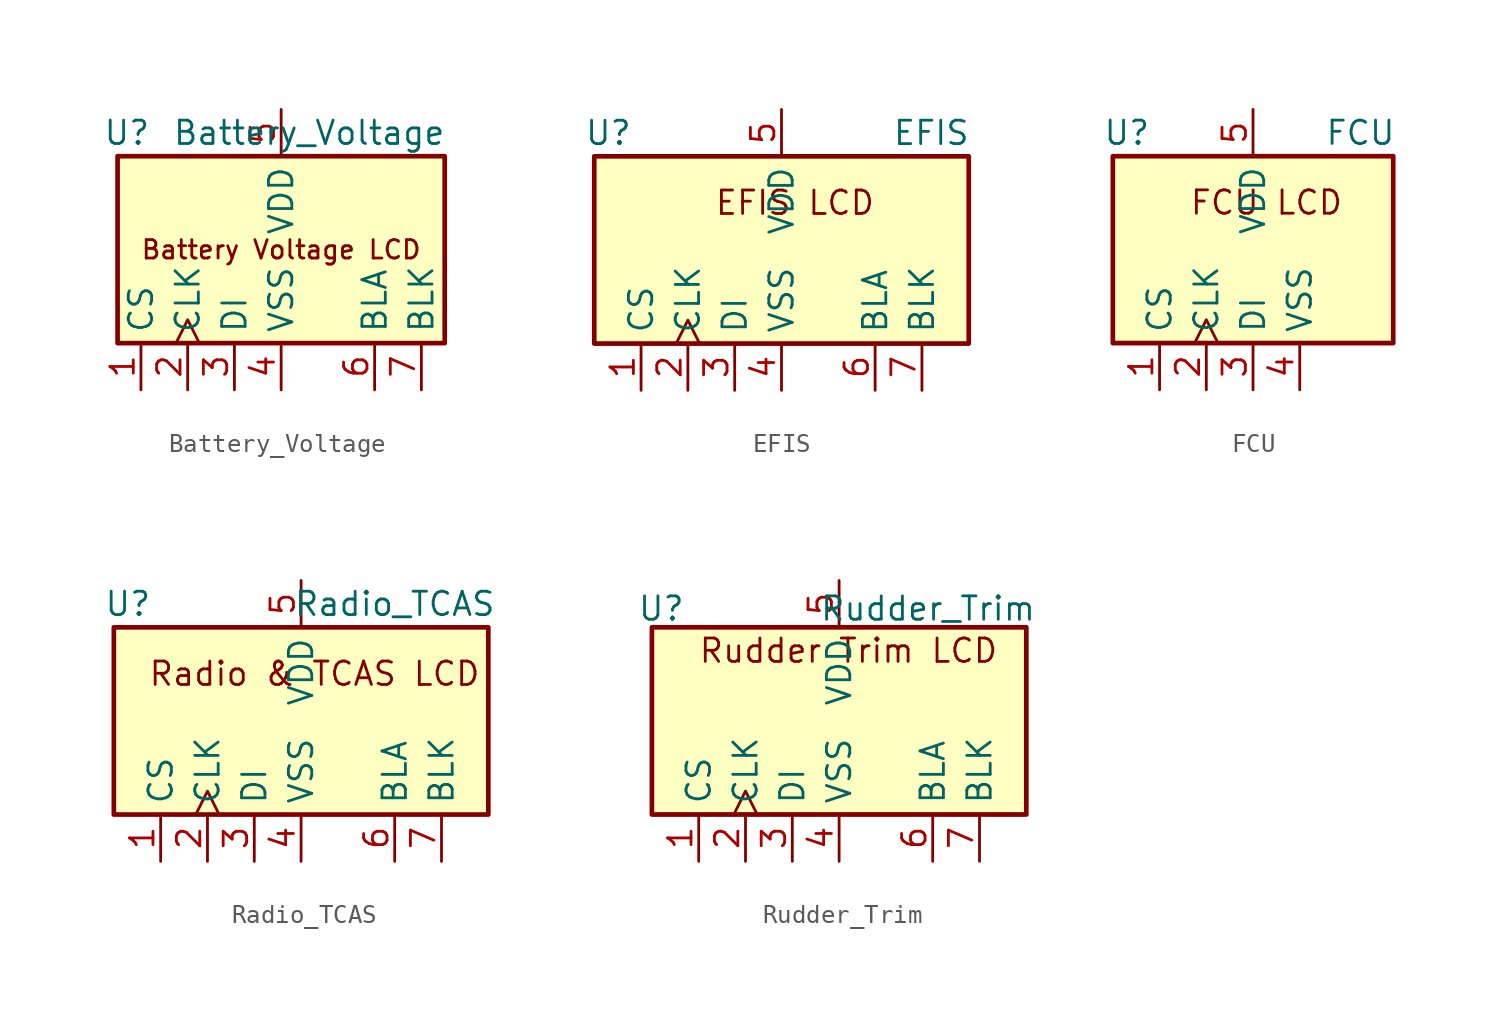
<source format=kicad_sym>
(kicad_symbol_lib
  (version 20231120)
  (generator "kicad_symbol_editor")
  (generator_version "8.0")
  (symbol "Battery_Voltage"
    (property "Reference" "U"
      (at -8.382 6.35 0)
      (effects (font (size 1.27 1.27))))
    (property "Value" "Battery_Voltage"
      (at 1.524 6.35 0)
      (effects (font (size 1.27 1.27))))
    (symbol "Battery_Voltage_0_1"
      (rectangle (start -8.89 5.08) (end 8.89 -5.08) (stroke (width 0.254) (type default)) (fill (type background))))
    (symbol "Battery_Voltage_1_1"
      (text "Battery Voltage LCD" (at 0 0 0) (effects (font (size 1 1))))
      (pin input line (at -7.62 -7.62 90) (length 2.54) (name "CS" (effects (font (size 1.27 1.27)))) (number "1" (effects (font (size 1.27 1.27)))))
      (pin input clock (at -5.08 -7.62 90) (length 2.54) (name "CLK" (effects (font (size 1.27 1.27)))) (number "2" (effects (font (size 1.27 1.27)))))
      (pin input line (at -2.54 -7.62 90) (length 2.54) (name "DI" (effects (font (size 1.27 1.27)))) (number "3" (effects (font (size 1.27 1.27)))))
      (pin power_in line (at 0 -7.62 90) (length 2.54) (name "VSS" (effects (font (size 1.27 1.27)))) (number "4" (effects (font (size 1.27 1.27)))))
      (pin power_in line (at 0 7.62 270) (length 2.54) (name "VDD" (effects (font (size 1.27 1.27)))) (number "5" (effects (font (size 1.27 1.27)))))
      (pin power_in line (at 5.08 -7.62 90) (length 2.54) (name "BLA" (effects (font (size 1.27 1.27)))) (number "6" (effects (font (size 1.27 1.27)))))
      (pin power_in line (at 7.62 -7.62 90) (length 2.54) (name "BLK" (effects (font (size 1.27 1.27)))) (number "7" (effects (font (size 1.27 1.27)))))))
  (symbol "EFIS"
    (property "Reference" "U"
      (at -9.398 6.35 0)
      (effects (font (size 1.27 1.27))))
    (property "Value" "EFIS"
      (at 8.128 6.35 0)
      (effects (font (size 1.27 1.27))))
    (symbol "EFIS_0_1"
      (rectangle (start -10.16 5.08) (end 10.16 -5.08) (stroke (width 0.254) (type default)) (fill (type background))))
    (symbol "EFIS_1_1"
      (text "EFIS LCD" (at 0.731 2.56 0) (effects (font (size 1.27 1.27))))
      (pin input line (at -7.62 -7.62 90) (length 2.54) (name "CS" (effects (font (size 1.27 1.27)))) (number "1" (effects (font (size 1.27 1.27)))))
      (pin input clock (at -5.08 -7.62 90) (length 2.54) (name "CLK" (effects (font (size 1.27 1.27)))) (number "2" (effects (font (size 1.27 1.27)))))
      (pin input line (at -2.54 -7.62 90) (length 2.54) (name "DI" (effects (font (size 1.27 1.27)))) (number "3" (effects (font (size 1.27 1.27)))))
      (pin power_in line (at 0 -7.62 90) (length 2.54) (name "VSS" (effects (font (size 1.27 1.27)))) (number "4" (effects (font (size 1.27 1.27)))))
      (pin power_in line (at 0 7.62 270) (length 2.54) (name "VDD" (effects (font (size 1.27 1.27)))) (number "5" (effects (font (size 1.27 1.27)))))
      (pin power_in line (at 5.08 -7.62 90) (length 2.54) (name "BLA" (effects (font (size 1.27 1.27)))) (number "6" (effects (font (size 1.27 1.27)))))
      (pin power_in line (at 7.62 -7.62 90) (length 2.54) (name "BLK" (effects (font (size 1.27 1.27)))) (number "7" (effects (font (size 1.27 1.27)))))))
  (symbol "FCU"
    (property "Reference" "U"
      (at -6.858 6.35 0)
      (effects (font (size 1.27 1.27))))
    (property "Value" "FCU"
      (at 5.842 6.35 0)
      (effects (font (size 1.27 1.27))))
    (symbol "FCU_0_1"
      (rectangle (start -7.62 5.08) (end 7.62 -5.08) (stroke (width 0.254) (type default)) (fill (type background))))
    (symbol "FCU_1_1"
      (text "FCU LCD" (at 0.731 2.56 0) (effects (font (size 1.27 1.27))))
      (pin input line (at -5.08 -7.62 90) (length 2.54) (name "CS" (effects (font (size 1.27 1.27)))) (number "1" (effects (font (size 1.27 1.27)))))
      (pin input clock (at -2.54 -7.62 90) (length 2.54) (name "CLK" (effects (font (size 1.27 1.27)))) (number "2" (effects (font (size 1.27 1.27)))))
      (pin input line (at 0 -7.62 90) (length 2.54) (name "DI" (effects (font (size 1.27 1.27)))) (number "3" (effects (font (size 1.27 1.27)))))
      (pin power_in line (at 2.54 -7.62 90) (length 2.54) (name "VSS" (effects (font (size 1.27 1.27)))) (number "4" (effects (font (size 1.27 1.27)))))
      (pin power_in line (at 0 7.62 270) (length 2.54) (name "VDD" (effects (font (size 1.27 1.27)))) (number "5" (effects (font (size 1.27 1.27)))))))
  (symbol "Radio_TCAS"
    (property "Reference" "U"
      (at -9.398 6.35 0)
      (effects (font (size 1.27 1.27))))
    (property "Value" "Radio_TCAS"
      (at 5.08 6.35 0)
      (effects (font (size 1.27 1.27))))
    (symbol "Radio_TCAS_0_1"
      (rectangle (start -10.16 5.08) (end 10.16 -5.08) (stroke (width 0.254) (type default)) (fill (type background))))
    (symbol "Radio_TCAS_1_1"
      (text "Radio & TCAS LCD" (at 0.731 2.56 0) (effects (font (size 1.27 1.27))))
      (pin input line (at -7.62 -7.62 90) (length 2.54) (name "CS" (effects (font (size 1.27 1.27)))) (number "1" (effects (font (size 1.27 1.27)))))
      (pin input clock (at -5.08 -7.62 90) (length 2.54) (name "CLK" (effects (font (size 1.27 1.27)))) (number "2" (effects (font (size 1.27 1.27)))))
      (pin input line (at -2.54 -7.62 90) (length 2.54) (name "DI" (effects (font (size 1.27 1.27)))) (number "3" (effects (font (size 1.27 1.27)))))
      (pin power_in line (at 0 -7.62 90) (length 2.54) (name "VSS" (effects (font (size 1.27 1.27)))) (number "4" (effects (font (size 1.27 1.27)))))
      (pin power_in line (at 0 7.62 270) (length 2.54) (name "VDD" (effects (font (size 1.27 1.27)))) (number "5" (effects (font (size 1.27 1.27)))))
      (pin power_in line (at 5.08 -7.62 90) (length 2.54) (name "BLA" (effects (font (size 1.27 1.27)))) (number "6" (effects (font (size 1.27 1.27)))))
      (pin power_in line (at 7.62 -7.62 90) (length 2.54) (name "BLK" (effects (font (size 1.27 1.27)))) (number "7" (effects (font (size 1.27 1.27)))))))
  (symbol "Rudder_Trim"
    (property "Reference" "U"
      (at -9.652 6.096 0)
      (effects (font (size 1.27 1.27))))
    (property "Value" "Rudder_Trim"
      (at 4.826 6.096 0)
      (effects (font (size 1.27 1.27))))
    (symbol "Rudder_Trim_0_1"
      (rectangle (start -10.16 5.08) (end 10.16 -5.08) (stroke (width 0.254) (type default)) (fill (type background))))
    (symbol "Rudder_Trim_1_1"
      (text "Rudder Trim LCD" (at 0.508 3.81 0) (effects (font (size 1.27 1.27))))
      (pin input line (at -7.62 -7.62 90) (length 2.54) (name "CS" (effects (font (size 1.27 1.27)))) (number "1" (effects (font (size 1.27 1.27)))))
      (pin input clock (at -5.08 -7.62 90) (length 2.54) (name "CLK" (effects (font (size 1.27 1.27)))) (number "2" (effects (font (size 1.27 1.27)))))
      (pin input line (at -2.54 -7.62 90) (length 2.54) (name "DI" (effects (font (size 1.27 1.27)))) (number "3" (effects (font (size 1.27 1.27)))))
      (pin power_in line (at 0 -7.62 90) (length 2.54) (name "VSS" (effects (font (size 1.27 1.27)))) (number "4" (effects (font (size 1.27 1.27)))))
      (pin power_in line (at 0 7.62 270) (length 2.54) (name "VDD" (effects (font (size 1.27 1.27)))) (number "5" (effects (font (size 1.27 1.27)))))
      (pin power_in line (at 5.08 -7.62 90) (length 2.54) (name "BLA" (effects (font (size 1.27 1.27)))) (number "6" (effects (font (size 1.27 1.27)))))
      (pin power_in line (at 7.62 -7.62 90) (length 2.54) (name "BLK" (effects (font (size 1.27 1.27)))) (number "7" (effects (font (size 1.27 1.27))))))))
</source>
